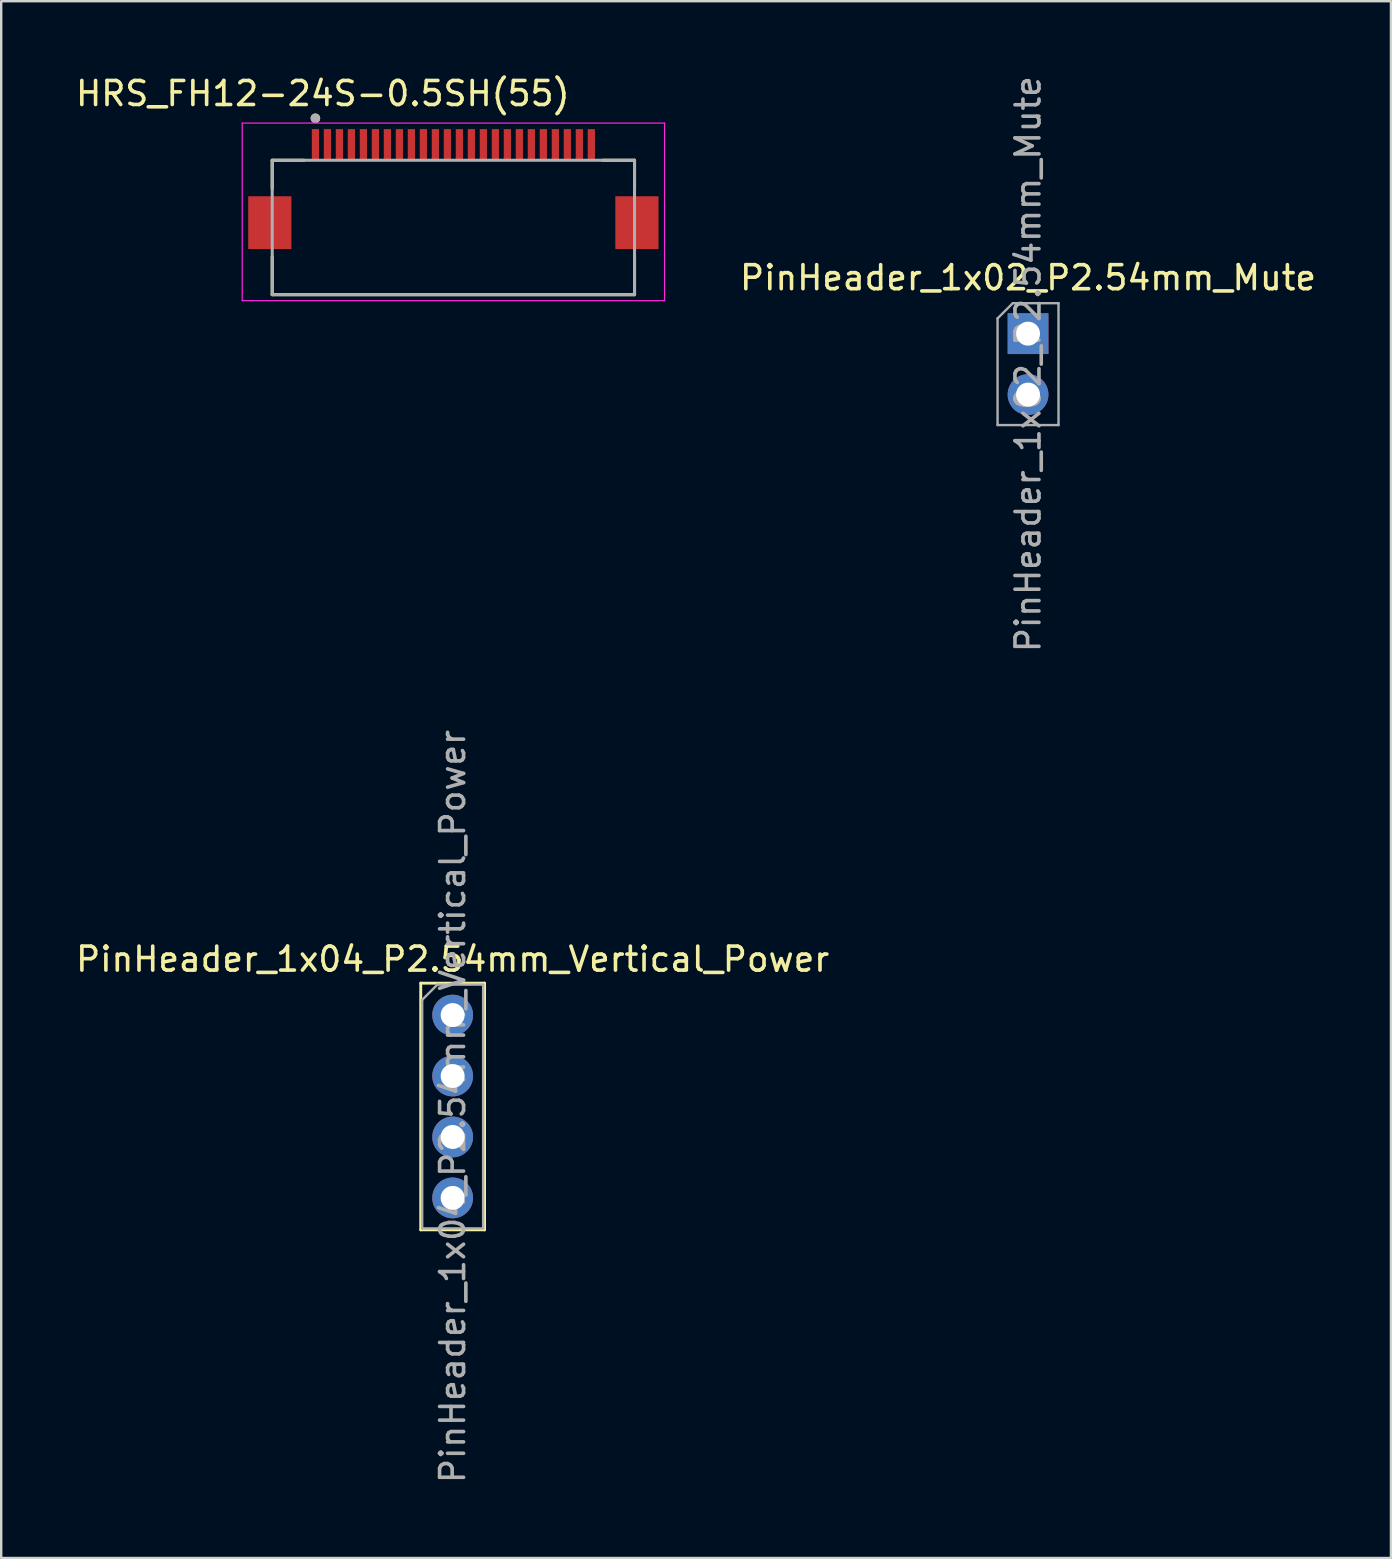
<source format=kicad_pcb>
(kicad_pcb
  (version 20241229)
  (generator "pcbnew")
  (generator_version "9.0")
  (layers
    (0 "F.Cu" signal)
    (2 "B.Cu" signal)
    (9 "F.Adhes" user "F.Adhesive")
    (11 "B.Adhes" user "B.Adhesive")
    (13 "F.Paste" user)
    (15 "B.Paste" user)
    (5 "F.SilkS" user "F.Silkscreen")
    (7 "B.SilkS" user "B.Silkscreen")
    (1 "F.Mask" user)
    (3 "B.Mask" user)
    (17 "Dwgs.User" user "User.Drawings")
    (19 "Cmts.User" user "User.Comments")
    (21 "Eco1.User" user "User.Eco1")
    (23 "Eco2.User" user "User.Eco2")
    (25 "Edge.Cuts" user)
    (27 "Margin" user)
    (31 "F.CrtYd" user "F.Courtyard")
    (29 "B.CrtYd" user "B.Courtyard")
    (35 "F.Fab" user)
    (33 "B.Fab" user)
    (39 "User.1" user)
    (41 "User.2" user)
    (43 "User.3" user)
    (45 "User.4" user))
  (footprint "PinHeader_1x02_P2.54mm_Mute"
    (layer "F.Cu")
    (at 39.795 10.855)
    (property "Reference" "PinHeader_1x02_P2.54mm_Mute" (at 0 -2.33 0) (layer "F.SilkS") (effects (font (size 1 1) (thickness 0.15))))
    (attr through_hole)
    (fp_line (start -1.27 -0.635) (end -0.635 -1.27) (stroke (width 0.1) (type solid)) (layer "F.Fab"))
    (fp_line (start -1.27 3.81) (end -1.27 -0.635) (stroke (width 0.1) (type solid)) (layer "F.Fab"))
    (fp_line (start -0.635 -1.27) (end 1.27 -1.27) (stroke (width 0.1) (type solid)) (layer "F.Fab"))
    (fp_line (start 1.27 -1.27) (end 1.27 3.81) (stroke (width 0.1) (type solid)) (layer "F.Fab"))
    (fp_line (start 1.27 3.81) (end -1.27 3.81) (stroke (width 0.1) (type solid)) (layer "F.Fab"))
    (fp_text user "${REFERENCE}" (at 0 1.27 90) (layer "F.Fab") (effects (font (size 1 1) (thickness 0.15))))
    (pad "1" thru_hole rect (at 0 0) (size 1.7 1.7) (drill 1) (layers "*.Cu" "*.Mask"))
    (pad "2" thru_hole oval (at 0 2.54) (size 1.7 1.7) (drill 1) (layers "*.Cu" "*.Mask")))
  (footprint "HRS_FH12-24S-0.5SH(55)"
    (layer "F.Cu")
    (at 15.845 5.78)
    (property "Reference" "HRS_FH12-24S-0.5SH(55)" (at -5.441 -4.931 0) (layer "F.SilkS") (effects (font (size 1.002 1.002) (thickness 0.15))))
    (attr through_hole)
    (fp_line (start -7.55 -2.15) (end -6.22 -2.15) (stroke (width 0.127) (type solid)) (layer "F.SilkS"))
    (fp_line (start -7.55 -0.97) (end -7.55 -2.15) (stroke (width 0.127) (type solid)) (layer "F.SilkS"))
    (fp_line (start -7.55 3.45) (end -7.55 1.87) (stroke (width 0.127) (type solid)) (layer "F.SilkS"))
    (fp_line (start 6.22 -2.15) (end 7.55 -2.15) (stroke (width 0.127) (type solid)) (layer "F.SilkS"))
    (fp_line (start 7.55 -0.97) (end 7.55 -2.15) (stroke (width 0.127) (type solid)) (layer "F.SilkS"))
    (fp_line (start 7.55 3.45) (end -7.55 3.45) (stroke (width 0.127) (type solid)) (layer "F.SilkS"))
    (fp_line (start 7.55 3.45) (end 7.55 1.87) (stroke (width 0.127) (type solid)) (layer "F.SilkS"))
    (fp_circle (center -5.75 -3.9) (end -5.65 -3.9) (stroke (width 0.2) (type solid)) (fill no) (layer "F.SilkS"))
    (fp_poly (pts (xy -5.875 -3.45) (xy -5.625 -3.45) (xy -5.625 -2.15) (xy -5.875 -2.15)) (stroke (width 0.01) (type solid)) (fill yes) (layer "F.Paste"))
    (fp_poly (pts (xy -5.375 -3.45) (xy -5.125 -3.45) (xy -5.125 -2.15) (xy -5.375 -2.15)) (stroke (width 0.01) (type solid)) (fill yes) (layer "F.Paste"))
    (fp_poly (pts (xy -4.875 -3.45) (xy -4.625 -3.45) (xy -4.625 -2.15) (xy -4.875 -2.15)) (stroke (width 0.01) (type solid)) (fill yes) (layer "F.Paste"))
    (fp_poly (pts (xy -4.375 -3.45) (xy -4.125 -3.45) (xy -4.125 -2.15) (xy -4.375 -2.15)) (stroke (width 0.01) (type solid)) (fill yes) (layer "F.Paste"))
    (fp_poly (pts (xy -3.875 -3.45) (xy -3.625 -3.45) (xy -3.625 -2.15) (xy -3.875 -2.15)) (stroke (width 0.01) (type solid)) (fill yes) (layer "F.Paste"))
    (fp_poly (pts (xy -3.375 -3.45) (xy -3.125 -3.45) (xy -3.125 -2.15) (xy -3.375 -2.15)) (stroke (width 0.01) (type solid)) (fill yes) (layer "F.Paste"))
    (fp_poly (pts (xy -2.875 -3.45) (xy -2.625 -3.45) (xy -2.625 -2.15) (xy -2.875 -2.15)) (stroke (width 0.01) (type solid)) (fill yes) (layer "F.Paste"))
    (fp_poly (pts (xy -2.375 -3.45) (xy -2.125 -3.45) (xy -2.125 -2.15) (xy -2.375 -2.15)) (stroke (width 0.01) (type solid)) (fill yes) (layer "F.Paste"))
    (fp_poly (pts (xy -1.875 -3.45) (xy -1.625 -3.45) (xy -1.625 -2.15) (xy -1.875 -2.15)) (stroke (width 0.01) (type solid)) (fill yes) (layer "F.Paste"))
    (fp_poly (pts (xy -1.375 -3.45) (xy -1.125 -3.45) (xy -1.125 -2.15) (xy -1.375 -2.15)) (stroke (width 0.01) (type solid)) (fill yes) (layer "F.Paste"))
    (fp_poly (pts (xy -0.875 -3.45) (xy -0.625 -3.45) (xy -0.625 -2.15) (xy -0.875 -2.15)) (stroke (width 0.01) (type solid)) (fill yes) (layer "F.Paste"))
    (fp_poly (pts (xy -0.375 -3.45) (xy -0.125 -3.45) (xy -0.125 -2.15) (xy -0.375 -2.15)) (stroke (width 0.01) (type solid)) (fill yes) (layer "F.Paste"))
    (fp_poly (pts (xy 0.125 -3.45) (xy 0.375 -3.45) (xy 0.375 -2.15) (xy 0.125 -2.15)) (stroke (width 0.01) (type solid)) (fill yes) (layer "F.Paste"))
    (fp_poly (pts (xy 0.625 -3.45) (xy 0.875 -3.45) (xy 0.875 -2.15) (xy 0.625 -2.15)) (stroke (width 0.01) (type solid)) (fill yes) (layer "F.Paste"))
    (fp_poly (pts (xy 1.125 -3.45) (xy 1.375 -3.45) (xy 1.375 -2.15) (xy 1.125 -2.15)) (stroke (width 0.01) (type solid)) (fill yes) (layer "F.Paste"))
    (fp_poly (pts (xy 1.625 -3.45) (xy 1.875 -3.45) (xy 1.875 -2.15) (xy 1.625 -2.15)) (stroke (width 0.01) (type solid)) (fill yes) (layer "F.Paste"))
    (fp_poly (pts (xy 2.125 -3.45) (xy 2.375 -3.45) (xy 2.375 -2.15) (xy 2.125 -2.15)) (stroke (width 0.01) (type solid)) (fill yes) (layer "F.Paste"))
    (fp_poly (pts (xy 2.625 -3.45) (xy 2.875 -3.45) (xy 2.875 -2.15) (xy 2.625 -2.15)) (stroke (width 0.01) (type solid)) (fill yes) (layer "F.Paste"))
    (fp_poly (pts (xy 3.125 -3.45) (xy 3.375 -3.45) (xy 3.375 -2.15) (xy 3.125 -2.15)) (stroke (width 0.01) (type solid)) (fill yes) (layer "F.Paste"))
    (fp_poly (pts (xy 3.625 -3.45) (xy 3.875 -3.45) (xy 3.875 -2.15) (xy 3.625 -2.15)) (stroke (width 0.01) (type solid)) (fill yes) (layer "F.Paste"))
    (fp_poly (pts (xy 4.125 -3.45) (xy 4.375 -3.45) (xy 4.375 -2.15) (xy 4.125 -2.15)) (stroke (width 0.01) (type solid)) (fill yes) (layer "F.Paste"))
    (fp_poly (pts (xy 4.625 -3.45) (xy 4.875 -3.45) (xy 4.875 -2.15) (xy 4.625 -2.15)) (stroke (width 0.01) (type solid)) (fill yes) (layer "F.Paste"))
    (fp_poly (pts (xy 5.125 -3.45) (xy 5.375 -3.45) (xy 5.375 -2.15) (xy 5.125 -2.15)) (stroke (width 0.01) (type solid)) (fill yes) (layer "F.Paste"))
    (fp_poly (pts (xy 5.625 -3.45) (xy 5.875 -3.45) (xy 5.875 -2.15) (xy 5.625 -2.15)) (stroke (width 0.01) (type solid)) (fill yes) (layer "F.Paste"))
    (fp_line (start -8.8 -3.7) (end 8.8 -3.7) (stroke (width 0.05) (type solid)) (layer "F.CrtYd"))
    (fp_line (start -8.8 3.7) (end -8.8 -3.7) (stroke (width 0.05) (type solid)) (layer "F.CrtYd"))
    (fp_line (start 8.8 -3.7) (end 8.8 3.7) (stroke (width 0.05) (type solid)) (layer "F.CrtYd"))
    (fp_line (start 8.8 3.7) (end -8.8 3.7) (stroke (width 0.05) (type solid)) (layer "F.CrtYd"))
    (fp_line (start -7.55 -2.15) (end 7.55 -2.15) (stroke (width 0.127) (type solid)) (layer "F.Fab"))
    (fp_line (start -7.55 3.45) (end -7.55 -2.15) (stroke (width 0.127) (type solid)) (layer "F.Fab"))
    (fp_line (start 7.55 -2.15) (end 7.55 3.45) (stroke (width 0.127) (type solid)) (layer "F.Fab"))
    (fp_line (start 7.55 3.45) (end -7.55 3.45) (stroke (width 0.127) (type solid)) (layer "F.Fab"))
    (fp_circle (center -5.75 -3.9) (end -5.65 -3.9) (stroke (width 0.2) (type solid)) (fill no) (layer "F.Fab"))
    (pad "1" smd rect (at -5.75 -2.8) (size 0.3 1.3) (layers "F.Cu" "F.Mask"))
    (pad "2" smd rect (at -5.25 -2.8) (size 0.3 1.3) (layers "F.Cu" "F.Mask"))
    (pad "3" smd rect (at -4.75 -2.8) (size 0.3 1.3) (layers "F.Cu" "F.Mask"))
    (pad "4" smd rect (at -4.25 -2.8) (size 0.3 1.3) (layers "F.Cu" "F.Mask"))
    (pad "5" smd rect (at -3.75 -2.8) (size 0.3 1.3) (layers "F.Cu" "F.Mask"))
    (pad "6" smd rect (at -3.25 -2.8) (size 0.3 1.3) (layers "F.Cu" "F.Mask"))
    (pad "7" smd rect (at -2.75 -2.8) (size 0.3 1.3) (layers "F.Cu" "F.Mask"))
    (pad "8" smd rect (at -2.25 -2.8) (size 0.3 1.3) (layers "F.Cu" "F.Mask"))
    (pad "9" smd rect (at -1.75 -2.8) (size 0.3 1.3) (layers "F.Cu" "F.Mask"))
    (pad "10" smd rect (at -1.25 -2.8) (size 0.3 1.3) (layers "F.Cu" "F.Mask"))
    (pad "11" smd rect (at -0.75 -2.8) (size 0.3 1.3) (layers "F.Cu" "F.Mask"))
    (pad "12" smd rect (at -0.25 -2.8) (size 0.3 1.3) (layers "F.Cu" "F.Mask"))
    (pad "13" smd rect (at 0.25 -2.8) (size 0.3 1.3) (layers "F.Cu" "F.Mask"))
    (pad "14" smd rect (at 0.75 -2.8) (size 0.3 1.3) (layers "F.Cu" "F.Mask"))
    (pad "15" smd rect (at 1.25 -2.8) (size 0.3 1.3) (layers "F.Cu" "F.Mask"))
    (pad "16" smd rect (at 1.75 -2.8) (size 0.3 1.3) (layers "F.Cu" "F.Mask"))
    (pad "17" smd rect (at 2.25 -2.8) (size 0.3 1.3) (layers "F.Cu" "F.Mask"))
    (pad "18" smd rect (at 2.75 -2.8) (size 0.3 1.3) (layers "F.Cu" "F.Mask"))
    (pad "19" smd rect (at 3.25 -2.8) (size 0.3 1.3) (layers "F.Cu" "F.Mask"))
    (pad "20" smd rect (at 3.75 -2.8) (size 0.3 1.3) (layers "F.Cu" "F.Mask"))
    (pad "21" smd rect (at 4.25 -2.8) (size 0.3 1.3) (layers "F.Cu" "F.Mask"))
    (pad "22" smd rect (at 4.75 -2.8) (size 0.3 1.3) (layers "F.Cu" "F.Mask"))
    (pad "23" smd rect (at 5.25 -2.8) (size 0.3 1.3) (layers "F.Cu" "F.Mask"))
    (pad "24" smd rect (at 5.75 -2.8) (size 0.3 1.3) (layers "F.Cu" "F.Mask"))
    (pad "P1" smd rect (at 7.65 0.45) (size 1.8 2.2) (layers "F.Cu" "F.Mask" "F.Paste"))
    (pad "P2" smd rect (at -7.65 0.45) (size 1.8 2.2) (layers "F.Cu" "F.Mask" "F.Paste")))
  (footprint "PinHeader_1x04_P2.54mm_Vertical_Power"
    (layer "F.Cu")
    (at 15.815 39.255)
    (property "Reference" "PinHeader_1x04_P2.54mm_Vertical_Power" (at 0 -2.33 0) (layer "F.SilkS") (effects (font (size 1 1) (thickness 0.15))))
    (attr through_hole)
    (fp_line (start -1.33 -1.33) (end -1.33 8.95) (stroke (width 0.12) (type solid)) (layer "F.SilkS"))
    (fp_line (start -1.33 -1.33) (end 1.33 -1.33) (stroke (width 0.12) (type solid)) (layer "F.SilkS"))
    (fp_line (start -1.33 8.95) (end 1.33 8.95) (stroke (width 0.12) (type solid)) (layer "F.SilkS"))
    (fp_line (start 1.33 -1.33) (end 1.33 8.95) (stroke (width 0.12) (type solid)) (layer "F.SilkS"))
    (fp_line (start -1.27 -0.635) (end -0.635 -1.27) (stroke (width 0.1) (type solid)) (layer "F.Fab"))
    (fp_line (start -1.27 8.89) (end -1.27 -0.635) (stroke (width 0.1) (type solid)) (layer "F.Fab"))
    (fp_line (start -0.635 -1.27) (end 1.27 -1.27) (stroke (width 0.1) (type solid)) (layer "F.Fab"))
    (fp_line (start 1.27 -1.27) (end 1.27 8.89) (stroke (width 0.1) (type solid)) (layer "F.Fab"))
    (fp_line (start 1.27 8.89) (end -1.27 8.89) (stroke (width 0.1) (type solid)) (layer "F.Fab"))
    (fp_text user "${REFERENCE}" (at 0 3.81 90) (layer "F.Fab") (effects (font (size 1 1) (thickness 0.15))))
    (pad "1" thru_hole circle (at 0 0) (size 1.7 1.7) (drill 1) (layers "*.Cu" "*.Mask"))
    (pad "2" thru_hole oval (at 0 2.54) (size 1.7 1.7) (drill 1) (layers "*.Cu" "*.Mask"))
    (pad "3" thru_hole oval (at 0 5.08) (size 1.7 1.7) (drill 1) (layers "*.Cu" "*.Mask"))
    (pad "4" thru_hole oval (at 0 7.62) (size 1.7 1.7) (drill 1) (layers "*.Cu" "*.Mask")))
  (gr_rect
    (start -3 -3)
    (end 54.92 61.881)
    (stroke (width 0.1) (type default))
    (fill no)
    (layer "Edge.Cuts")))
</source>
